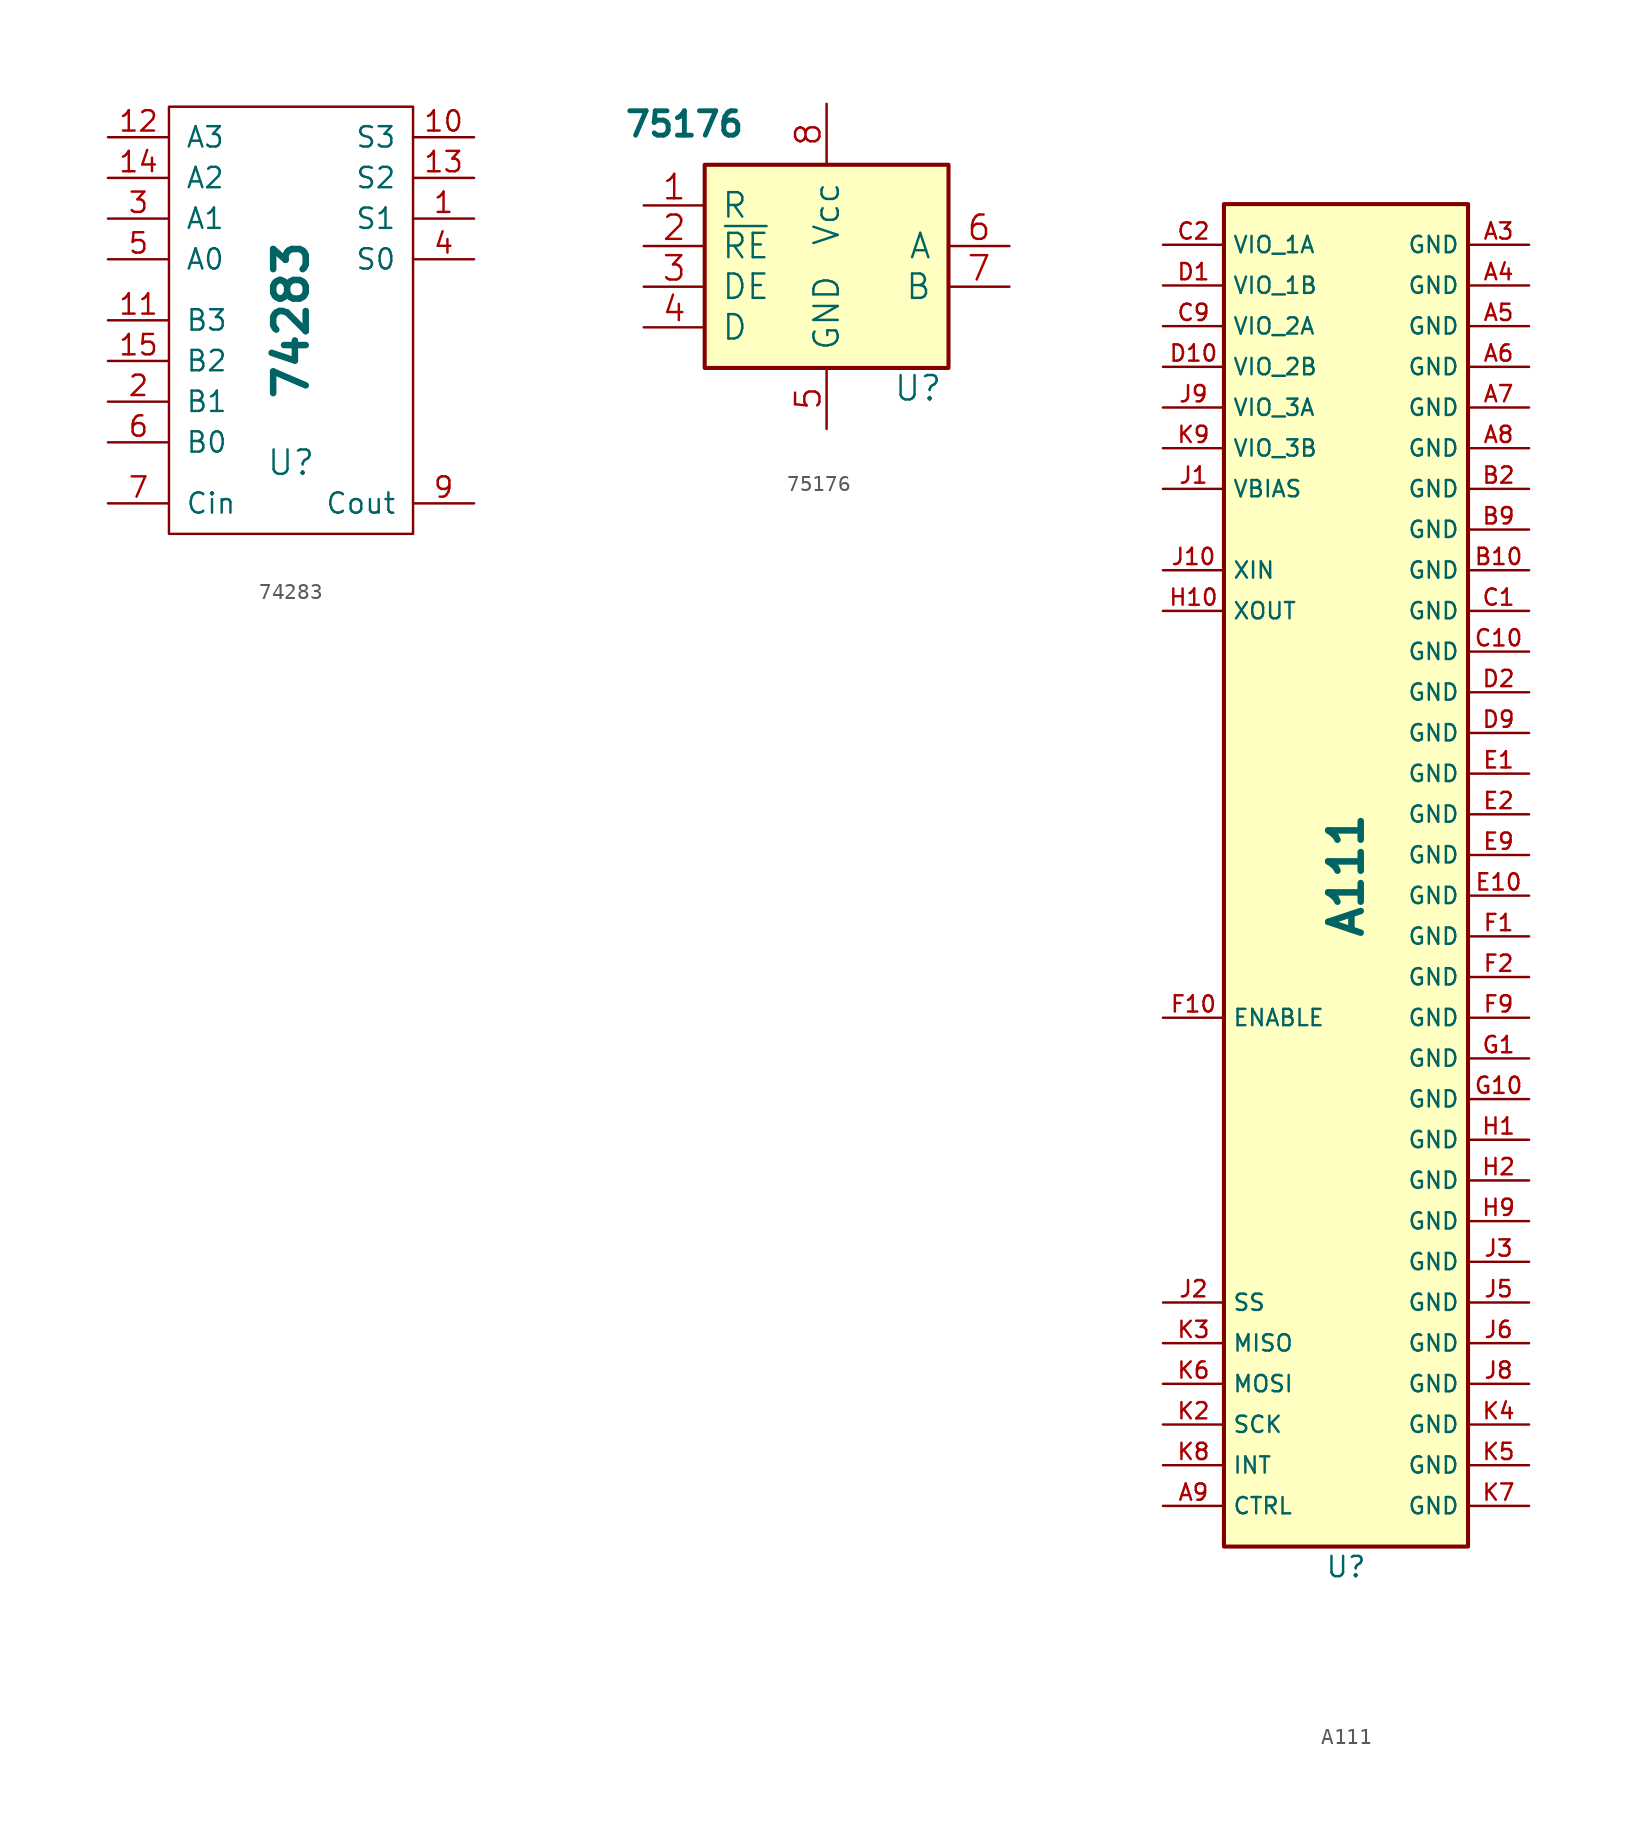
<source format=kicad_sym>
(kicad_symbol_lib
  (version 20231120)
  (generator "kicad_symbol_editor")
  (generator_version "8.0")
  (symbol "74283"
    (pin_names
      (offset 1.016))
    (property "Reference" "U"
      (at 0 -8.89 0)
      (effects (font (size 1.524 1.524))))
    (property "Value" "74283"
      (at 0 0 90)
      (effects (font (size 2.032 2.032) (bold yes))))
    (property "Footprint" ""
      (at 0 5.08 0)
      (effects (font (size 1.524 1.524))))
    (property "Datasheet" ""
      (at 0 5.08 0)
      (effects (font (size 1.524 1.524))))
    (symbol "74283_0_1"
      (rectangle (start -7.62 13.335) (end 7.62 -13.335) (stroke (width 0) (type default)) (fill (type none))))
    (symbol "74283_1_1"
      (pin input line (at 11.43 6.35 180) (length 3.81) (name "S1" (effects (font (size 1.27 1.27)))) (number "1" (effects (font (size 1.27 1.27)))))
      (pin input line (at 11.43 11.43 180) (length 3.81) (name "S3" (effects (font (size 1.27 1.27)))) (number "10" (effects (font (size 1.27 1.27)))))
      (pin input line (at -11.43 0 0) (length 3.81) (name "B3" (effects (font (size 1.27 1.27)))) (number "11" (effects (font (size 1.27 1.27)))))
      (pin input line (at -11.43 11.43 0) (length 3.81) (name "A3" (effects (font (size 1.27 1.27)))) (number "12" (effects (font (size 1.27 1.27)))))
      (pin input line (at 11.43 8.89 180) (length 3.81) (name "S2" (effects (font (size 1.27 1.27)))) (number "13" (effects (font (size 1.27 1.27)))))
      (pin input line (at -11.43 8.89 0) (length 3.81) (name "A2" (effects (font (size 1.27 1.27)))) (number "14" (effects (font (size 1.27 1.27)))))
      (pin input line (at -11.43 -2.54 0) (length 3.81) (name "B2" (effects (font (size 1.27 1.27)))) (number "15" (effects (font (size 1.27 1.27)))))
      (pin input line (at -11.43 -5.08 0) (length 3.81) (name "B1" (effects (font (size 1.27 1.27)))) (number "2" (effects (font (size 1.27 1.27)))))
      (pin input line (at -11.43 6.35 0) (length 3.81) (name "A1" (effects (font (size 1.27 1.27)))) (number "3" (effects (font (size 1.27 1.27)))))
      (pin input line (at 11.43 3.81 180) (length 3.81) (name "S0" (effects (font (size 1.27 1.27)))) (number "4" (effects (font (size 1.27 1.27)))))
      (pin input line (at -11.43 3.81 0) (length 3.81) (name "A0" (effects (font (size 1.27 1.27)))) (number "5" (effects (font (size 1.27 1.27)))))
      (pin input line (at -11.43 -7.62 0) (length 3.81) (name "B0" (effects (font (size 1.27 1.27)))) (number "6" (effects (font (size 1.27 1.27)))))
      (pin input line (at -11.43 -11.43 0) (length 3.81) (name "Cin" (effects (font (size 1.27 1.27)))) (number "7" (effects (font (size 1.27 1.27)))))
      (pin input line (at 11.43 -11.43 180) (length 3.81) (name "Cout" (effects (font (size 1.27 1.27)))) (number "9" (effects (font (size 1.27 1.27)))))))
  (symbol "75176"
    (pin_names
      (offset 1.016))
    (property "Reference" "U"
      (at 5.715 -7.62 0)
      (effects (font (size 1.524 1.524))))
    (property "Value" "75176"
      (at -8.89 8.89 0)
      (effects (font (size 1.524 1.524) (bold yes))))
    (property "Datasheet" ""
      (at 0 0 0)
      (effects (font (size 1.524 1.524))))
    (symbol "75176_0_1"
      (rectangle (start -7.62 6.35) (end 7.62 -6.35) (stroke (width 0.254) (type default)) (fill (type background))))
    (symbol "75176_1_1"
      (pin passive line (at -11.43 3.81 0) (length 3.81) (name "R" (effects (font (size 1.524 1.524)))) (number "1" (effects (font (size 1.524 1.524)))))
      (pin passive line (at -11.43 1.27 0) (length 3.81) (name "~{RE}" (effects (font (size 1.524 1.524)))) (number "2" (effects (font (size 1.524 1.524)))))
      (pin passive line (at -11.43 -1.27 0) (length 3.81) (name "DE" (effects (font (size 1.524 1.524)))) (number "3" (effects (font (size 1.524 1.524)))))
      (pin passive line (at -11.43 -3.81 0) (length 3.81) (name "D" (effects (font (size 1.524 1.524)))) (number "4" (effects (font (size 1.524 1.524)))))
      (pin power_in line (at 0 -10.16 90) (length 3.81) (name "GND" (effects (font (size 1.524 1.524)))) (number "5" (effects (font (size 1.524 1.524)))))
      (pin passive line (at 11.43 1.27 180) (length 3.81) (name "A" (effects (font (size 1.524 1.524)))) (number "6" (effects (font (size 1.524 1.524)))))
      (pin passive line (at 11.43 -1.27 180) (length 3.81) (name "B" (effects (font (size 1.524 1.524)))) (number "7" (effects (font (size 1.524 1.524)))))
      (pin power_in line (at 0 10.16 270) (length 3.81) (name "Vcc" (effects (font (size 1.524 1.524)))) (number "8" (effects (font (size 1.524 1.524)))))))
  (symbol "A111"
    (property "Reference" "U"
      (at 0 -43.18 0)
      (effects (font (size 1.27 1.27))))
    (property "Value" "A111"
      (at 0 0 90)
      (effects (font (size 2.032 2.032) (bold yes))))
    (symbol "A111_0_1"
      (rectangle (start -7.62 41.91) (end 7.62 -41.91) (stroke (width 0.254) (type default)) (fill (type background))))
    (symbol "A111_1_1"
      (pin passive line (at 11.43 39.37 180) (length 3.81) (name "GND" (effects (font (size 1.016 1.016)))) (number "A3" (effects (font (size 1.016 1.016)))))
      (pin passive line (at 11.43 36.83 180) (length 3.81) (name "GND" (effects (font (size 1.016 1.016)))) (number "A4" (effects (font (size 1.016 1.016)))))
      (pin passive line (at 11.43 34.29 180) (length 3.81) (name "GND" (effects (font (size 1.016 1.016)))) (number "A5" (effects (font (size 1.016 1.016)))))
      (pin passive line (at 11.43 31.75 180) (length 3.81) (name "GND" (effects (font (size 1.016 1.016)))) (number "A6" (effects (font (size 1.016 1.016)))))
      (pin passive line (at 11.43 29.21 180) (length 3.81) (name "GND" (effects (font (size 1.016 1.016)))) (number "A7" (effects (font (size 1.016 1.016)))))
      (pin passive line (at 11.43 26.67 180) (length 3.81) (name "GND" (effects (font (size 1.016 1.016)))) (number "A8" (effects (font (size 1.016 1.016)))))
      (pin passive line (at -11.43 -39.37 0) (length 3.81) (name "CTRL" (effects (font (size 1.016 1.016)))) (number "A9" (effects (font (size 1.016 1.016)))))
      (pin passive line (at 11.43 19.05 180) (length 3.81) (name "GND" (effects (font (size 1.016 1.016)))) (number "B10" (effects (font (size 1.016 1.016)))))
      (pin passive line (at 11.43 24.13 180) (length 3.81) (name "GND" (effects (font (size 1.016 1.016)))) (number "B2" (effects (font (size 1.016 1.016)))))
      (pin passive line (at 11.43 21.59 180) (length 3.81) (name "GND" (effects (font (size 1.016 1.016)))) (number "B9" (effects (font (size 1.016 1.016)))))
      (pin passive line (at 11.43 16.51 180) (length 3.81) (name "GND" (effects (font (size 1.016 1.016)))) (number "C1" (effects (font (size 1.016 1.016)))))
      (pin passive line (at 11.43 13.97 180) (length 3.81) (name "GND" (effects (font (size 1.016 1.016)))) (number "C10" (effects (font (size 1.016 1.016)))))
      (pin passive line (at -11.43 39.37 0) (length 3.81) (name "VIO_1A" (effects (font (size 1.016 1.016)))) (number "C2" (effects (font (size 1.016 1.016)))))
      (pin passive line (at -11.43 34.29 0) (length 3.81) (name "VIO_2A" (effects (font (size 1.016 1.016)))) (number "C9" (effects (font (size 1.016 1.016)))))
      (pin passive line (at -11.43 36.83 0) (length 3.81) (name "VIO_1B" (effects (font (size 1.016 1.016)))) (number "D1" (effects (font (size 1.016 1.016)))))
      (pin passive line (at -11.43 31.75 0) (length 3.81) (name "VIO_2B" (effects (font (size 1.016 1.016)))) (number "D10" (effects (font (size 1.016 1.016)))))
      (pin passive line (at 11.43 11.43 180) (length 3.81) (name "GND" (effects (font (size 1.016 1.016)))) (number "D2" (effects (font (size 1.016 1.016)))))
      (pin passive line (at 11.43 8.89 180) (length 3.81) (name "GND" (effects (font (size 1.016 1.016)))) (number "D9" (effects (font (size 1.016 1.016)))))
      (pin passive line (at 11.43 6.35 180) (length 3.81) (name "GND" (effects (font (size 1.016 1.016)))) (number "E1" (effects (font (size 1.016 1.016)))))
      (pin passive line (at 11.43 -1.27 180) (length 3.81) (name "GND" (effects (font (size 1.016 1.016)))) (number "E10" (effects (font (size 1.016 1.016)))))
      (pin passive line (at 11.43 3.81 180) (length 3.81) (name "GND" (effects (font (size 1.016 1.016)))) (number "E2" (effects (font (size 1.016 1.016)))))
      (pin passive line (at 11.43 1.27 180) (length 3.81) (name "GND" (effects (font (size 1.016 1.016)))) (number "E9" (effects (font (size 1.016 1.016)))))
      (pin passive line (at 11.43 -3.81 180) (length 3.81) (name "GND" (effects (font (size 1.016 1.016)))) (number "F1" (effects (font (size 1.016 1.016)))))
      (pin passive line (at -11.43 -8.89 0) (length 3.81) (name "ENABLE" (effects (font (size 1.016 1.016)))) (number "F10" (effects (font (size 1.016 1.016)))))
      (pin passive line (at 11.43 -6.35 180) (length 3.81) (name "GND" (effects (font (size 1.016 1.016)))) (number "F2" (effects (font (size 1.016 1.016)))))
      (pin passive line (at 11.43 -8.89 180) (length 3.81) (name "GND" (effects (font (size 1.016 1.016)))) (number "F9" (effects (font (size 1.016 1.016)))))
      (pin passive line (at 11.43 -11.43 180) (length 3.81) (name "GND" (effects (font (size 1.016 1.016)))) (number "G1" (effects (font (size 1.016 1.016)))))
      (pin passive line (at 11.43 -13.97 180) (length 3.81) (name "GND" (effects (font (size 1.016 1.016)))) (number "G10" (effects (font (size 1.016 1.016)))))
      (pin passive line (at 11.43 -16.51 180) (length 3.81) (name "GND" (effects (font (size 1.016 1.016)))) (number "H1" (effects (font (size 1.016 1.016)))))
      (pin passive line (at -11.43 16.51 0) (length 3.81) (name "XOUT" (effects (font (size 1.016 1.016)))) (number "H10" (effects (font (size 1.016 1.016)))))
      (pin passive line (at 11.43 -19.05 180) (length 3.81) (name "GND" (effects (font (size 1.016 1.016)))) (number "H2" (effects (font (size 1.016 1.016)))))
      (pin passive line (at 11.43 -21.59 180) (length 3.81) (name "GND" (effects (font (size 1.016 1.016)))) (number "H9" (effects (font (size 1.016 1.016)))))
      (pin passive line (at -11.43 24.13 0) (length 3.81) (name "VBIAS" (effects (font (size 1.016 1.016)))) (number "J1" (effects (font (size 1.016 1.016)))))
      (pin passive line (at -11.43 19.05 0) (length 3.81) (name "XIN" (effects (font (size 1.016 1.016)))) (number "J10" (effects (font (size 1.016 1.016)))))
      (pin passive line (at -11.43 -26.67 0) (length 3.81) (name "SS" (effects (font (size 1.016 1.016)))) (number "J2" (effects (font (size 1.016 1.016)))))
      (pin passive line (at 11.43 -24.13 180) (length 3.81) (name "GND" (effects (font (size 1.016 1.016)))) (number "J3" (effects (font (size 1.016 1.016)))))
      (pin passive line (at 11.43 -26.67 180) (length 3.81) (name "GND" (effects (font (size 1.016 1.016)))) (number "J5" (effects (font (size 1.016 1.016)))))
      (pin passive line (at 11.43 -29.21 180) (length 3.81) (name "GND" (effects (font (size 1.016 1.016)))) (number "J6" (effects (font (size 1.016 1.016)))))
      (pin passive line (at 11.43 -31.75 180) (length 3.81) (name "GND" (effects (font (size 1.016 1.016)))) (number "J8" (effects (font (size 1.016 1.016)))))
      (pin passive line (at -11.43 29.21 0) (length 3.81) (name "VIO_3A" (effects (font (size 1.016 1.016)))) (number "J9" (effects (font (size 1.016 1.016)))))
      (pin passive line (at -11.43 -34.29 0) (length 3.81) (name "SCK" (effects (font (size 1.016 1.016)))) (number "K2" (effects (font (size 1.016 1.016)))))
      (pin passive line (at -11.43 -29.21 0) (length 3.81) (name "MISO" (effects (font (size 1.016 1.016)))) (number "K3" (effects (font (size 1.016 1.016)))))
      (pin passive line (at 11.43 -34.29 180) (length 3.81) (name "GND" (effects (font (size 1.016 1.016)))) (number "K4" (effects (font (size 1.016 1.016)))))
      (pin passive line (at 11.43 -36.83 180) (length 3.81) (name "GND" (effects (font (size 1.016 1.016)))) (number "K5" (effects (font (size 1.016 1.016)))))
      (pin passive line (at -11.43 -31.75 0) (length 3.81) (name "MOSI" (effects (font (size 1.016 1.016)))) (number "K6" (effects (font (size 1.016 1.016)))))
      (pin passive line (at 11.43 -39.37 180) (length 3.81) (name "GND" (effects (font (size 1.016 1.016)))) (number "K7" (effects (font (size 1.016 1.016)))))
      (pin passive line (at -11.43 -36.83 0) (length 3.81) (name "INT" (effects (font (size 1.016 1.016)))) (number "K8" (effects (font (size 1.016 1.016)))))
      (pin passive line (at -11.43 26.67 0) (length 3.81) (name "VIO_3B" (effects (font (size 1.016 1.016)))) (number "K9" (effects (font (size 1.016 1.016))))))))
</source>
